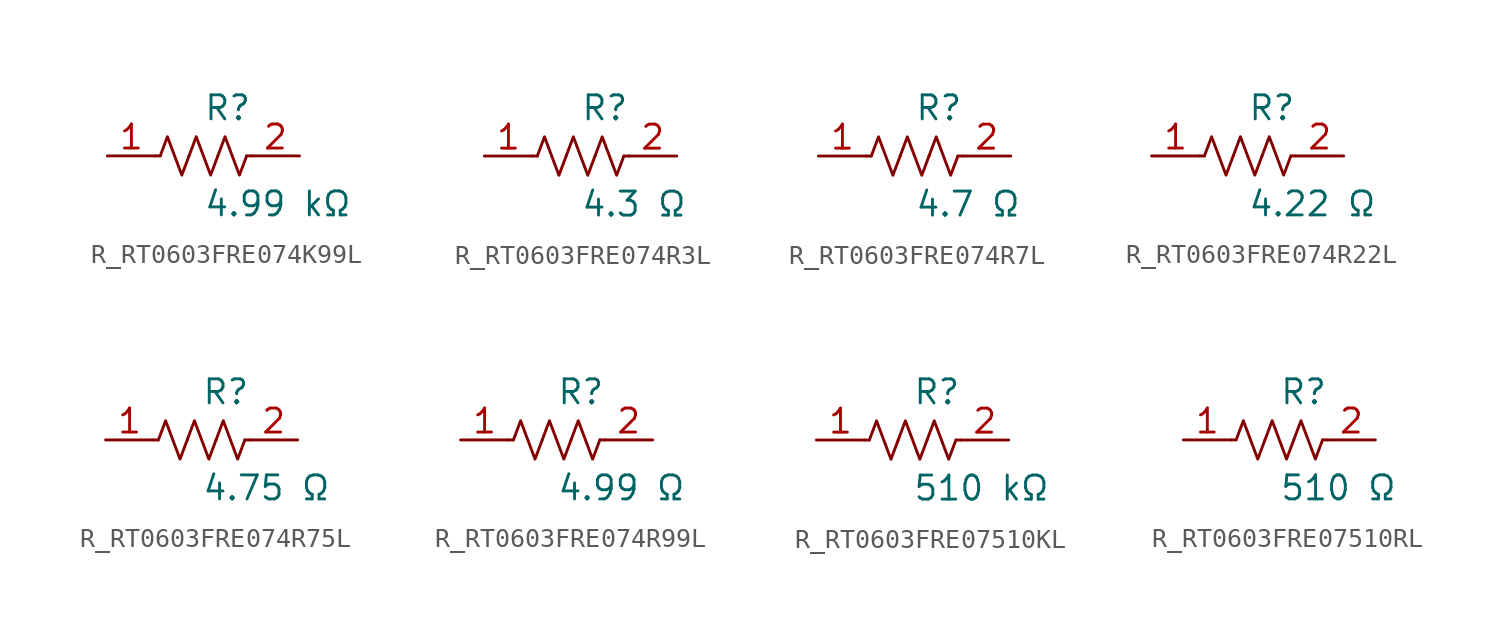
<source format=kicad_sym>
(kicad_symbol_lib
  (version 20231120)
  (generator kicad_symbol_editor)
  (generator_version 8.0)
  (symbol "R_RT0603FRE074K99L"
    (pin_names
      (offset 0.254))
    (property "Reference" "R"
      (at 0.0 2.54 0)
      (effects (font (size 1.27 1.27)) (justify left)))
    (property "Value" "4.99 kΩ"
      (at 0.0 -2.54 0)
      (effects (font (size 1.27 1.27)) (justify left)))
    (symbol "R_RT0603FRE074K99L_0_1"
      (polyline (pts (xy 2.286 0) (xy 2.54 0)) (stroke (width 0) (type default)) (fill (type none)))
      (polyline (pts (xy -2.286 0) (xy -2.54 0)) (stroke (width 0) (type default)) (fill (type none)))
      (polyline (pts (xy 0.762 0) (xy 1.143 1.016) (xy 1.524 0) (xy 1.905 -1.016) (xy 2.286 0)) (stroke (width 0) (type default)) (fill (type none)))
      (polyline (pts (xy -0.762 0) (xy -0.381 1.016) (xy 0 0) (xy 0.381 -1.016) (xy 0.762 0)) (stroke (width 0) (type default)) (fill (type none)))
      (polyline (pts (xy -2.286 0) (xy -1.905 1.016) (xy -1.524 0) (xy -1.143 -1.016) (xy -0.762 0)) (stroke (width 0) (type default)) (fill (type none))))
    (pin unspecified line
      (at -5.08 0 0)
      (length 2.54)
      (name "" (effects (font (size 1.27 1.27))))
      (number "1" (effects (font (size 1.27 1.27)))))
    (pin unspecified line
      (at 5.08 0 180)
      (length 2.54)
      (name "" (effects (font (size 1.27 1.27))))
      (number "2" (effects (font (size 1.27 1.27))))))
  (symbol "R_RT0603FRE074R3L"
    (pin_names
      (offset 0.254))
    (property "Reference" "R"
      (at 0.0 2.54 0)
      (effects (font (size 1.27 1.27)) (justify left)))
    (property "Value" "4.3 Ω"
      (at 0.0 -2.54 0)
      (effects (font (size 1.27 1.27)) (justify left)))
    (symbol "R_RT0603FRE074R3L_0_1"
      (polyline (pts (xy 2.286 0) (xy 2.54 0)) (stroke (width 0) (type default)) (fill (type none)))
      (polyline (pts (xy -2.286 0) (xy -2.54 0)) (stroke (width 0) (type default)) (fill (type none)))
      (polyline (pts (xy 0.762 0) (xy 1.143 1.016) (xy 1.524 0) (xy 1.905 -1.016) (xy 2.286 0)) (stroke (width 0) (type default)) (fill (type none)))
      (polyline (pts (xy -0.762 0) (xy -0.381 1.016) (xy 0 0) (xy 0.381 -1.016) (xy 0.762 0)) (stroke (width 0) (type default)) (fill (type none)))
      (polyline (pts (xy -2.286 0) (xy -1.905 1.016) (xy -1.524 0) (xy -1.143 -1.016) (xy -0.762 0)) (stroke (width 0) (type default)) (fill (type none))))
    (pin unspecified line
      (at -5.08 0 0)
      (length 2.54)
      (name "" (effects (font (size 1.27 1.27))))
      (number "1" (effects (font (size 1.27 1.27)))))
    (pin unspecified line
      (at 5.08 0 180)
      (length 2.54)
      (name "" (effects (font (size 1.27 1.27))))
      (number "2" (effects (font (size 1.27 1.27))))))
  (symbol "R_RT0603FRE074R7L"
    (pin_names
      (offset 0.254))
    (property "Reference" "R"
      (at 0.0 2.54 0)
      (effects (font (size 1.27 1.27)) (justify left)))
    (property "Value" "4.7 Ω"
      (at 0.0 -2.54 0)
      (effects (font (size 1.27 1.27)) (justify left)))
    (symbol "R_RT0603FRE074R7L_0_1"
      (polyline (pts (xy 2.286 0) (xy 2.54 0)) (stroke (width 0) (type default)) (fill (type none)))
      (polyline (pts (xy -2.286 0) (xy -2.54 0)) (stroke (width 0) (type default)) (fill (type none)))
      (polyline (pts (xy 0.762 0) (xy 1.143 1.016) (xy 1.524 0) (xy 1.905 -1.016) (xy 2.286 0)) (stroke (width 0) (type default)) (fill (type none)))
      (polyline (pts (xy -0.762 0) (xy -0.381 1.016) (xy 0 0) (xy 0.381 -1.016) (xy 0.762 0)) (stroke (width 0) (type default)) (fill (type none)))
      (polyline (pts (xy -2.286 0) (xy -1.905 1.016) (xy -1.524 0) (xy -1.143 -1.016) (xy -0.762 0)) (stroke (width 0) (type default)) (fill (type none))))
    (pin unspecified line
      (at -5.08 0 0)
      (length 2.54)
      (name "" (effects (font (size 1.27 1.27))))
      (number "1" (effects (font (size 1.27 1.27)))))
    (pin unspecified line
      (at 5.08 0 180)
      (length 2.54)
      (name "" (effects (font (size 1.27 1.27))))
      (number "2" (effects (font (size 1.27 1.27))))))
  (symbol "R_RT0603FRE074R22L"
    (pin_names
      (offset 0.254))
    (property "Reference" "R"
      (at 0.0 2.54 0)
      (effects (font (size 1.27 1.27)) (justify left)))
    (property "Value" "4.22 Ω"
      (at 0.0 -2.54 0)
      (effects (font (size 1.27 1.27)) (justify left)))
    (symbol "R_RT0603FRE074R22L_0_1"
      (polyline (pts (xy 2.286 0) (xy 2.54 0)) (stroke (width 0) (type default)) (fill (type none)))
      (polyline (pts (xy -2.286 0) (xy -2.54 0)) (stroke (width 0) (type default)) (fill (type none)))
      (polyline (pts (xy 0.762 0) (xy 1.143 1.016) (xy 1.524 0) (xy 1.905 -1.016) (xy 2.286 0)) (stroke (width 0) (type default)) (fill (type none)))
      (polyline (pts (xy -0.762 0) (xy -0.381 1.016) (xy 0 0) (xy 0.381 -1.016) (xy 0.762 0)) (stroke (width 0) (type default)) (fill (type none)))
      (polyline (pts (xy -2.286 0) (xy -1.905 1.016) (xy -1.524 0) (xy -1.143 -1.016) (xy -0.762 0)) (stroke (width 0) (type default)) (fill (type none))))
    (pin unspecified line
      (at -5.08 0 0)
      (length 2.54)
      (name "" (effects (font (size 1.27 1.27))))
      (number "1" (effects (font (size 1.27 1.27)))))
    (pin unspecified line
      (at 5.08 0 180)
      (length 2.54)
      (name "" (effects (font (size 1.27 1.27))))
      (number "2" (effects (font (size 1.27 1.27))))))
  (symbol "R_RT0603FRE074R75L"
    (pin_names
      (offset 0.254))
    (property "Reference" "R"
      (at 0.0 2.54 0)
      (effects (font (size 1.27 1.27)) (justify left)))
    (property "Value" "4.75 Ω"
      (at 0.0 -2.54 0)
      (effects (font (size 1.27 1.27)) (justify left)))
    (symbol "R_RT0603FRE074R75L_0_1"
      (polyline (pts (xy 2.286 0) (xy 2.54 0)) (stroke (width 0) (type default)) (fill (type none)))
      (polyline (pts (xy -2.286 0) (xy -2.54 0)) (stroke (width 0) (type default)) (fill (type none)))
      (polyline (pts (xy 0.762 0) (xy 1.143 1.016) (xy 1.524 0) (xy 1.905 -1.016) (xy 2.286 0)) (stroke (width 0) (type default)) (fill (type none)))
      (polyline (pts (xy -0.762 0) (xy -0.381 1.016) (xy 0 0) (xy 0.381 -1.016) (xy 0.762 0)) (stroke (width 0) (type default)) (fill (type none)))
      (polyline (pts (xy -2.286 0) (xy -1.905 1.016) (xy -1.524 0) (xy -1.143 -1.016) (xy -0.762 0)) (stroke (width 0) (type default)) (fill (type none))))
    (pin unspecified line
      (at -5.08 0 0)
      (length 2.54)
      (name "" (effects (font (size 1.27 1.27))))
      (number "1" (effects (font (size 1.27 1.27)))))
    (pin unspecified line
      (at 5.08 0 180)
      (length 2.54)
      (name "" (effects (font (size 1.27 1.27))))
      (number "2" (effects (font (size 1.27 1.27))))))
  (symbol "R_RT0603FRE074R99L"
    (pin_names
      (offset 0.254))
    (property "Reference" "R"
      (at 0.0 2.54 0)
      (effects (font (size 1.27 1.27)) (justify left)))
    (property "Value" "4.99 Ω"
      (at 0.0 -2.54 0)
      (effects (font (size 1.27 1.27)) (justify left)))
    (symbol "R_RT0603FRE074R99L_0_1"
      (polyline (pts (xy 2.286 0) (xy 2.54 0)) (stroke (width 0) (type default)) (fill (type none)))
      (polyline (pts (xy -2.286 0) (xy -2.54 0)) (stroke (width 0) (type default)) (fill (type none)))
      (polyline (pts (xy 0.762 0) (xy 1.143 1.016) (xy 1.524 0) (xy 1.905 -1.016) (xy 2.286 0)) (stroke (width 0) (type default)) (fill (type none)))
      (polyline (pts (xy -0.762 0) (xy -0.381 1.016) (xy 0 0) (xy 0.381 -1.016) (xy 0.762 0)) (stroke (width 0) (type default)) (fill (type none)))
      (polyline (pts (xy -2.286 0) (xy -1.905 1.016) (xy -1.524 0) (xy -1.143 -1.016) (xy -0.762 0)) (stroke (width 0) (type default)) (fill (type none))))
    (pin unspecified line
      (at -5.08 0 0)
      (length 2.54)
      (name "" (effects (font (size 1.27 1.27))))
      (number "1" (effects (font (size 1.27 1.27)))))
    (pin unspecified line
      (at 5.08 0 180)
      (length 2.54)
      (name "" (effects (font (size 1.27 1.27))))
      (number "2" (effects (font (size 1.27 1.27))))))
  (symbol "R_RT0603FRE07510KL"
    (pin_names
      (offset 0.254))
    (property "Reference" "R"
      (at 0.0 2.54 0)
      (effects (font (size 1.27 1.27)) (justify left)))
    (property "Value" "510 kΩ"
      (at 0.0 -2.54 0)
      (effects (font (size 1.27 1.27)) (justify left)))
    (symbol "R_RT0603FRE07510KL_0_1"
      (polyline (pts (xy 2.286 0) (xy 2.54 0)) (stroke (width 0) (type default)) (fill (type none)))
      (polyline (pts (xy -2.286 0) (xy -2.54 0)) (stroke (width 0) (type default)) (fill (type none)))
      (polyline (pts (xy 0.762 0) (xy 1.143 1.016) (xy 1.524 0) (xy 1.905 -1.016) (xy 2.286 0)) (stroke (width 0) (type default)) (fill (type none)))
      (polyline (pts (xy -0.762 0) (xy -0.381 1.016) (xy 0 0) (xy 0.381 -1.016) (xy 0.762 0)) (stroke (width 0) (type default)) (fill (type none)))
      (polyline (pts (xy -2.286 0) (xy -1.905 1.016) (xy -1.524 0) (xy -1.143 -1.016) (xy -0.762 0)) (stroke (width 0) (type default)) (fill (type none))))
    (pin unspecified line
      (at -5.08 0 0)
      (length 2.54)
      (name "" (effects (font (size 1.27 1.27))))
      (number "1" (effects (font (size 1.27 1.27)))))
    (pin unspecified line
      (at 5.08 0 180)
      (length 2.54)
      (name "" (effects (font (size 1.27 1.27))))
      (number "2" (effects (font (size 1.27 1.27))))))
  (symbol "R_RT0603FRE07510RL"
    (pin_names
      (offset 0.254))
    (property "Reference" "R"
      (at 0.0 2.54 0)
      (effects (font (size 1.27 1.27)) (justify left)))
    (property "Value" "510 Ω"
      (at 0.0 -2.54 0)
      (effects (font (size 1.27 1.27)) (justify left)))
    (symbol "R_RT0603FRE07510RL_0_1"
      (polyline (pts (xy 2.286 0) (xy 2.54 0)) (stroke (width 0) (type default)) (fill (type none)))
      (polyline (pts (xy -2.286 0) (xy -2.54 0)) (stroke (width 0) (type default)) (fill (type none)))
      (polyline (pts (xy 0.762 0) (xy 1.143 1.016) (xy 1.524 0) (xy 1.905 -1.016) (xy 2.286 0)) (stroke (width 0) (type default)) (fill (type none)))
      (polyline (pts (xy -0.762 0) (xy -0.381 1.016) (xy 0 0) (xy 0.381 -1.016) (xy 0.762 0)) (stroke (width 0) (type default)) (fill (type none)))
      (polyline (pts (xy -2.286 0) (xy -1.905 1.016) (xy -1.524 0) (xy -1.143 -1.016) (xy -0.762 0)) (stroke (width 0) (type default)) (fill (type none))))
    (pin unspecified line
      (at -5.08 0 0)
      (length 2.54)
      (name "" (effects (font (size 1.27 1.27))))
      (number "1" (effects (font (size 1.27 1.27)))))
    (pin unspecified line
      (at 5.08 0 180)
      (length 2.54)
      (name "" (effects (font (size 1.27 1.27))))
      (number "2" (effects (font (size 1.27 1.27)))))))
</source>
